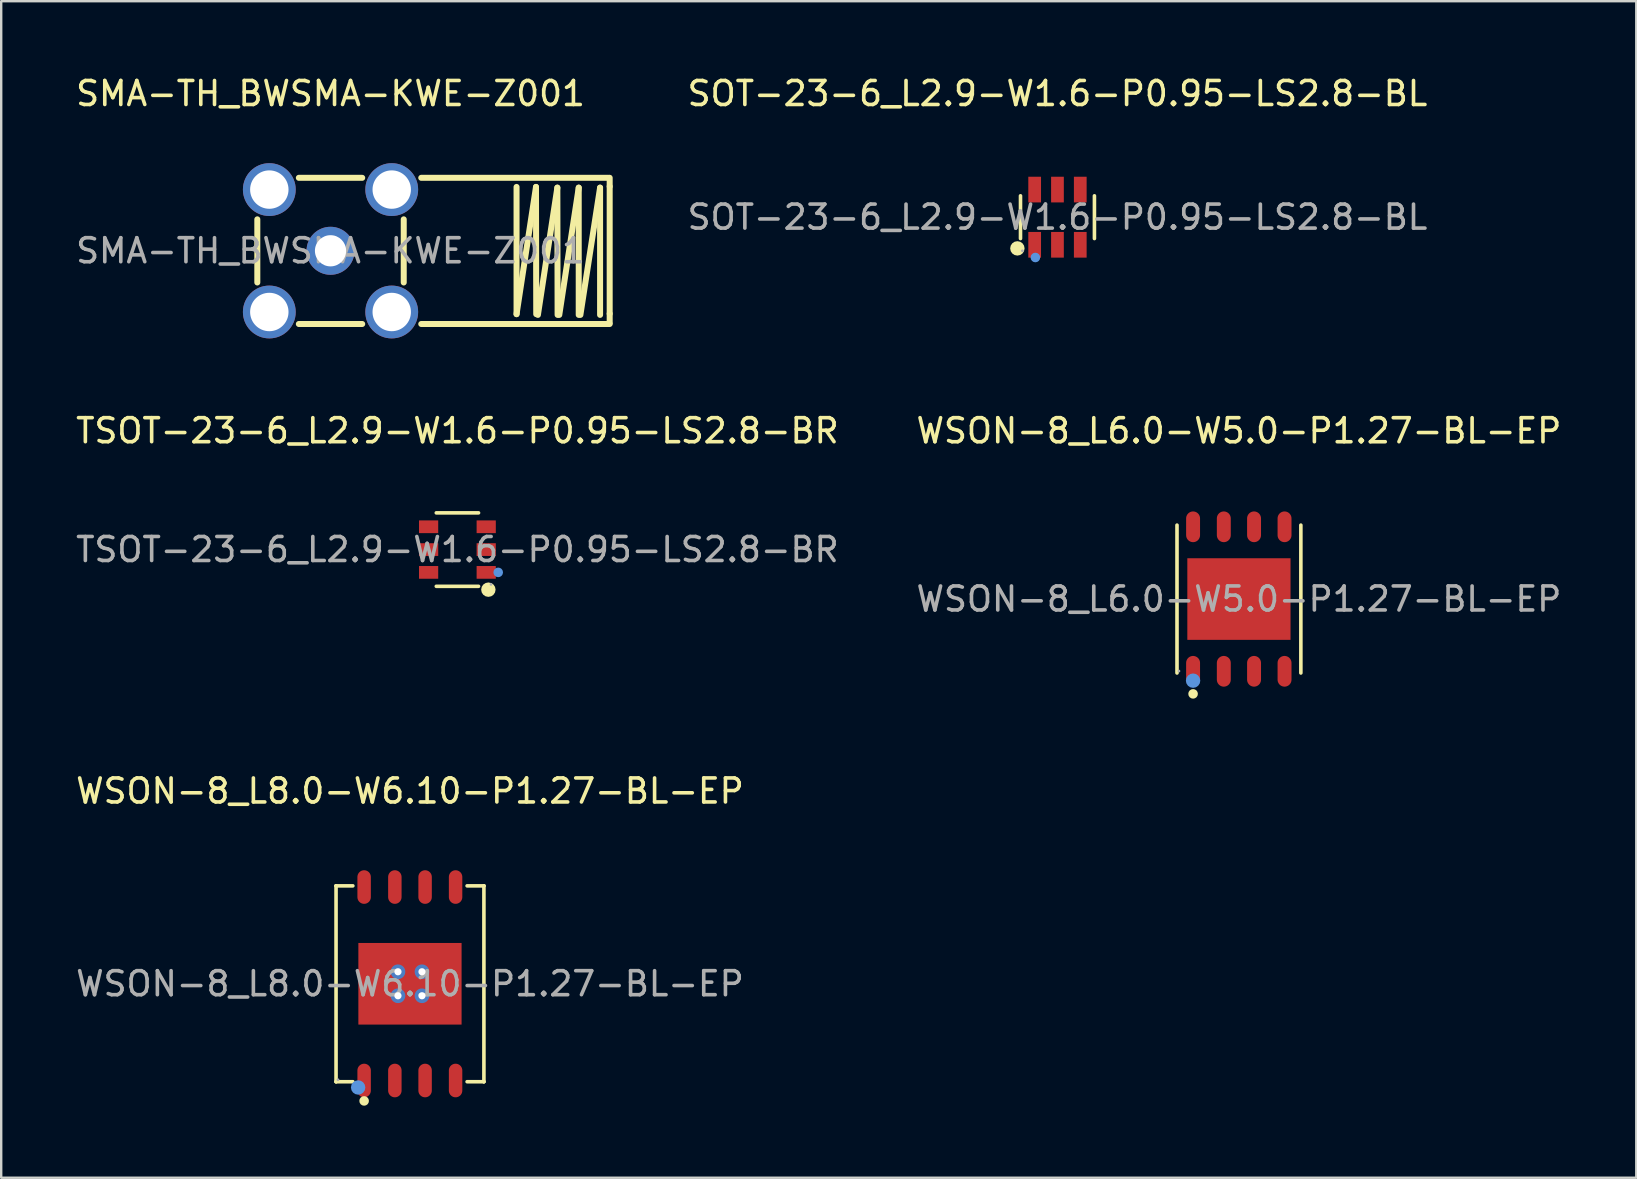
<source format=kicad_pcb>
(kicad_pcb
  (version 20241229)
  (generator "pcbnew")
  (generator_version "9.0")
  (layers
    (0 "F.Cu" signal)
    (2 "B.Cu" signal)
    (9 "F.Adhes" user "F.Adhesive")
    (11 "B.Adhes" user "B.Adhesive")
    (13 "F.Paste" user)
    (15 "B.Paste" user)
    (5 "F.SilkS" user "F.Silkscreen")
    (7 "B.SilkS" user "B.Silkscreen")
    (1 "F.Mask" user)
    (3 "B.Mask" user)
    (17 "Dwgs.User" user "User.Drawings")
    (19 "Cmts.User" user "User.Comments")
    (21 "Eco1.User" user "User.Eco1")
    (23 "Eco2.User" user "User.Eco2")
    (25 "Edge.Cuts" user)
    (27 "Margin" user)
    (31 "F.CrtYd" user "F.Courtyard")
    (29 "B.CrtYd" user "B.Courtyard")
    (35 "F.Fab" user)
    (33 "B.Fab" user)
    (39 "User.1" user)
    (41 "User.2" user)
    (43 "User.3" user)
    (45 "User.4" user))
  (footprint "SMA-TH_BWSMA-KWE-Z001"
    (layer "F.Cu")
    (at 10.72 7.398)
    (property "Reference" "SMA-TH_BWSMA-KWE-Z001" (at 0 -6.55 0) (layer "F.SilkS") (effects (font (size 1 1) (thickness 0.15))))
    (attr through_hole)
    (fp_line (start -3.05 -1.31) (end -3.05 1.32) (stroke (width 0.25) (type solid)) (layer "F.SilkS"))
    (fp_line (start -1.32 3.05) (end 1.32 3.05) (stroke (width 0.25) (type solid)) (layer "F.SilkS"))
    (fp_line (start 1.32 -3.04) (end -1.32 -3.04) (stroke (width 0.25) (type solid)) (layer "F.SilkS"))
    (fp_line (start 3.05 1.32) (end 3.05 -1.31) (stroke (width 0.25) (type solid)) (layer "F.SilkS"))
    (fp_line (start 3.78 -3.04) (end 11.6 -3.04) (stroke (width 0.25) (type solid)) (layer "F.SilkS"))
    (fp_line (start 3.78 3.05) (end 11.63 3.05) (stroke (width 0.25) (type solid)) (layer "F.SilkS"))
    (fp_line (start 7.75 -2.66) (end 7.75 2.64) (stroke (width 0.25) (type solid)) (layer "F.SilkS"))
    (fp_line (start 7.75 2.64) (end 8.56 -2.66) (stroke (width 0.25) (type solid)) (layer "F.SilkS"))
    (fp_line (start 8.56 -2.66) (end 8.57 2.64) (stroke (width 0.25) (type solid)) (layer "F.SilkS"))
    (fp_line (start 8.64 2.67) (end 9.45 -2.63) (stroke (width 0.25) (type solid)) (layer "F.SilkS"))
    (fp_line (start 9.45 -2.63) (end 9.46 2.67) (stroke (width 0.25) (type solid)) (layer "F.SilkS"))
    (fp_line (start 9.53 2.67) (end 10.34 -2.63) (stroke (width 0.25) (type solid)) (layer "F.SilkS"))
    (fp_line (start 10.34 -2.63) (end 10.34 2.67) (stroke (width 0.25) (type solid)) (layer "F.SilkS"))
    (fp_line (start 10.41 2.67) (end 11.23 -2.63) (stroke (width 0.25) (type solid)) (layer "F.SilkS"))
    (fp_line (start 11.23 -2.63) (end 11.23 2.67) (stroke (width 0.25) (type solid)) (layer "F.SilkS"))
    (fp_line (start 11.63 -2.68) (end 11.63 -3.04) (stroke (width 0.25) (type solid)) (layer "F.SilkS"))
    (fp_line (start 11.63 -2.68) (end 11.63 2.62) (stroke (width 0.25) (type solid)) (layer "F.SilkS"))
    (fp_line (start 11.63 2.62) (end 11.63 3) (stroke (width 0.25) (type solid)) (layer "F.SilkS"))
    (fp_circle (center -3 3.02) (end -2.97 3.02) (stroke (width 0.06) (type solid)) (fill no) (layer "F.Fab"))
    (fp_circle (center 0 0) (end 0.23 0) (stroke (width 0.45) (type solid)) (fill no) (layer "F.Fab"))
    (fp_text user "${REFERENCE}" (at 0 0 0) (layer "F.Fab") (effects (font (size 1 1) (thickness 0.15))))
    (pad "1" thru_hole circle (at -2.55 2.55) (size 2.2 2.2) (drill 1.6) (layers "*.Cu" "*.Mask"))
    (pad "2" thru_hole circle (at -2.55 -2.55) (size 2.2 2.2) (drill 1.6) (layers "*.Cu" "*.Mask"))
    (pad "3" thru_hole circle (at 2.55 -2.55) (size 2.2 2.2) (drill 1.6) (layers "*.Cu" "*.Mask"))
    (pad "4" thru_hole circle (at 2.55 2.55) (size 2.2 2.2) (drill 1.6) (layers "*.Cu" "*.Mask"))
    (pad "5" thru_hole circle (at 0 0) (size 2 2) (drill 1.3) (layers "*.Cu" "*.Mask")))
  (footprint "WSON-8_L6.0-W5.0-P1.27-BL-EP"
    (layer "F.Cu")
    (at 48.565 21.907)
    (property "Reference" "WSON-8_L6.0-W5.0-P1.27-BL-EP" (at 0 -7.01 0) (layer "F.SilkS") (effects (font (size 1 1) (thickness 0.15))))
    (attr smd)
    (fp_line (start -2.58 3.08) (end -2.58 -3.08) (stroke (width 0.15) (type solid)) (layer "F.SilkS"))
    (fp_line (start 2.58 -3.08) (end 2.58 3.08) (stroke (width 0.15) (type solid)) (layer "F.SilkS"))
    (fp_circle (center -1.91 3.95) (end -1.81 3.95) (stroke (width 0.2) (type solid)) (fill no) (layer "F.SilkS"))
    (fp_circle (center -1.91 3.4) (end -1.76 3.4) (stroke (width 0.3) (type solid)) (fill no) (layer "Cmts.User"))
    (fp_circle (center -2.5 3) (end -2.47 3) (stroke (width 0.06) (type solid)) (fill no) (layer "F.Fab"))
    (fp_text user "${REFERENCE}" (at 0 0 0) (layer "F.Fab") (effects (font (size 1 1) (thickness 0.15))))
    (pad "1" smd oval (at -1.91 3.01) (size 0.58 1.28) (layers "F.Cu" "F.Mask" "F.Paste"))
    (pad "2" smd oval (at -0.63 3.01) (size 0.58 1.28) (layers "F.Cu" "F.Mask" "F.Paste"))
    (pad "3" smd oval (at 0.63 3.01) (size 0.58 1.28) (layers "F.Cu" "F.Mask" "F.Paste"))
    (pad "4" smd oval (at 1.9 3.01) (size 0.58 1.28) (layers "F.Cu" "F.Mask" "F.Paste"))
    (pad "5" smd oval (at 1.9 -3.01) (size 0.58 1.28) (layers "F.Cu" "F.Mask" "F.Paste"))
    (pad "6" smd oval (at 0.63 -3.01) (size 0.58 1.28) (layers "F.Cu" "F.Mask" "F.Paste"))
    (pad "7" smd oval (at -0.63 -3.01) (size 0.58 1.28) (layers "F.Cu" "F.Mask" "F.Paste"))
    (pad "8" smd oval (at -1.91 -3.01) (size 0.58 1.28) (layers "F.Cu" "F.Mask" "F.Paste"))
    (pad "9" smd rect (at 0 0) (size 4.3 3.4) (layers "F.Cu" "F.Mask" "F.Paste")))
  (footprint "TSOT-23-6_L2.9-W1.6-P0.95-LS2.8-BR"
    (layer "F.Cu")
    (at 16.006 19.846)
    (property "Reference" "TSOT-23-6_L2.9-W1.6-P0.95-LS2.8-BR" (at 0 -4.95 0) (layer "F.SilkS") (effects (font (size 1 1) (thickness 0.15))))
    (attr smd)
    (fp_line (start 0.88 -1.53) (end -0.88 -1.53) (stroke (width 0.15) (type solid)) (layer "F.SilkS"))
    (fp_line (start 0.88 1.53) (end -0.88 1.53) (stroke (width 0.15) (type solid)) (layer "F.SilkS"))
    (fp_circle (center 1.29 1.67) (end 1.44 1.67) (stroke (width 0.3) (type solid)) (fill no) (layer "F.SilkS"))
    (fp_circle (center 1.7 0.95) (end 1.8 0.95) (stroke (width 0.2) (type solid)) (fill no) (layer "Cmts.User"))
    (fp_circle (center 1.4 1.45) (end 1.43 1.45) (stroke (width 0.06) (type solid)) (fill no) (layer "F.Fab"))
    (fp_text user "${REFERENCE}" (at 0 0 0) (layer "F.Fab") (effects (font (size 1 1) (thickness 0.15))))
    (pad "1" smd rect (at 1.2 0.95) (size 0.8 0.53) (layers "F.Cu" "F.Mask" "F.Paste"))
    (pad "2" smd rect (at 1.2 0) (size 0.8 0.53) (layers "F.Cu" "F.Mask" "F.Paste"))
    (pad "3" smd rect (at 1.2 -0.95) (size 0.8 0.53) (layers "F.Cu" "F.Mask" "F.Paste"))
    (pad "4" smd rect (at -1.2 -0.95) (size 0.8 0.53) (layers "F.Cu" "F.Mask" "F.Paste"))
    (pad "5" smd rect (at -1.2 0) (size 0.8 0.53) (layers "F.Cu" "F.Mask" "F.Paste"))
    (pad "6" smd rect (at -1.2 0.95) (size 0.8 0.53) (layers "F.Cu" "F.Mask" "F.Paste")))
  (footprint "WSON-8_L8.0-W6.10-P1.27-BL-EP"
    (layer "F.Cu")
    (at 14.03 37.935)
    (property "Reference" "WSON-8_L8.0-W6.10-P1.27-BL-EP" (at 0 -8.03 0) (layer "F.SilkS") (effects (font (size 1 1) (thickness 0.15))))
    (attr smd)
    (fp_line (start -3.08 -4.08) (end -3.08 -4.08) (stroke (width 0.15) (type solid)) (layer "F.SilkS"))
    (fp_line (start -3.08 -4.08) (end -2.38 -4.08) (stroke (width 0.15) (type solid)) (layer "F.SilkS"))
    (fp_line (start -3.08 4.08) (end -3.08 -4.08) (stroke (width 0.15) (type solid)) (layer "F.SilkS"))
    (fp_line (start -3.08 4.08) (end -3.08 4.08) (stroke (width 0.15) (type solid)) (layer "F.SilkS"))
    (fp_line (start -2.38 4.08) (end -3.08 4.08) (stroke (width 0.15) (type solid)) (layer "F.SilkS"))
    (fp_line (start 2.38 4.08) (end 3.08 4.08) (stroke (width 0.15) (type solid)) (layer "F.SilkS"))
    (fp_line (start 3.08 -4.08) (end 2.38 -4.08) (stroke (width 0.15) (type solid)) (layer "F.SilkS"))
    (fp_line (start 3.08 -4.08) (end 3.08 -4.08) (stroke (width 0.15) (type solid)) (layer "F.SilkS"))
    (fp_line (start 3.08 4.08) (end 3.08 -4.08) (stroke (width 0.15) (type solid)) (layer "F.SilkS"))
    (fp_line (start 3.08 4.08) (end 3.08 4.08) (stroke (width 0.15) (type solid)) (layer "F.SilkS"))
    (fp_circle (center -1.91 4.88) (end -1.81 4.88) (stroke (width 0.2) (type solid)) (fill no) (layer "F.SilkS"))
    (fp_circle (center -2.16 4.32) (end -2.01 4.32) (stroke (width 0.3) (type solid)) (fill no) (layer "Cmts.User"))
    (fp_circle (center -3 4) (end -2.97 4) (stroke (width 0.06) (type solid)) (fill no) (layer "F.Fab"))
    (fp_text user "${REFERENCE}" (at 0 0 0) (layer "F.Fab") (effects (font (size 1 1) (thickness 0.15))))
    (pad "" thru_hole circle (at -0.5 -0.5) (size 0.61 0.61) (drill 0.3) (layers "*.Cu" "*.Paste" "*.Mask"))
    (pad "" thru_hole circle (at -0.5 0.5) (size 0.61 0.61) (drill 0.3) (layers "*.Cu" "*.Paste" "*.Mask"))
    (pad "" thru_hole circle (at 0.5 -0.5) (size 0.61 0.61) (drill 0.3) (layers "*.Cu" "*.Paste" "*.Mask"))
    (pad "" thru_hole circle (at 0.5 0.5) (size 0.61 0.61) (drill 0.3) (layers "*.Cu" "*.Paste" "*.Mask"))
    (pad "1" smd oval (at -1.91 4.03) (size 0.56 1.4) (layers "F.Cu" "F.Mask" "F.Paste"))
    (pad "2" smd oval (at -0.63 4.03) (size 0.56 1.4) (layers "F.Cu" "F.Mask" "F.Paste"))
    (pad "3" smd oval (at 0.63 4.03) (size 0.56 1.4) (layers "F.Cu" "F.Mask" "F.Paste"))
    (pad "4" smd oval (at 1.9 4.03) (size 0.56 1.4) (layers "F.Cu" "F.Mask" "F.Paste"))
    (pad "5" smd oval (at 1.9 -4.03) (size 0.56 1.4) (layers "F.Cu" "F.Mask" "F.Paste"))
    (pad "6" smd oval (at 0.63 -4.03) (size 0.56 1.4) (layers "F.Cu" "F.Mask" "F.Paste"))
    (pad "7" smd oval (at -0.63 -4.03) (size 0.56 1.4) (layers "F.Cu" "F.Mask" "F.Paste"))
    (pad "8" smd oval (at -1.91 -4.03) (size 0.56 1.4) (layers "F.Cu" "F.Mask" "F.Paste"))
    (pad "9" smd rect (at 0 0) (size 4.3 3.4) (layers "F.Cu" "F.Mask" "F.Paste")))
  (footprint "SOT-23-6_L2.9-W1.6-P0.95-LS2.8-BL"
    (layer "F.Cu")
    (at 41.005 5.998)
    (property "Reference" "SOT-23-6_L2.9-W1.6-P0.95-LS2.8-BL" (at 0 -5.15 0) (layer "F.SilkS") (effects (font (size 1 1) (thickness 0.15))))
    (attr smd)
    (fp_line (start -1.54 0.89) (end -1.54 -0.89) (stroke (width 0.15) (type solid)) (layer "F.SilkS"))
    (fp_line (start 1.54 0.89) (end 1.54 -0.89) (stroke (width 0.15) (type solid)) (layer "F.SilkS"))
    (fp_circle (center -1.67 1.3) (end -1.52 1.3) (stroke (width 0.3) (type solid)) (fill no) (layer "F.SilkS"))
    (fp_circle (center -0.92 1.68) (end -0.82 1.68) (stroke (width 0.2) (type solid)) (fill no) (layer "Cmts.User"))
    (fp_circle (center -1.46 1.4) (end -1.43 1.4) (stroke (width 0.06) (type solid)) (fill no) (layer "F.Fab"))
    (fp_text user "${REFERENCE}" (at 0 0 0) (layer "F.Fab") (effects (font (size 1 1) (thickness 0.15))))
    (pad "1" smd rect (at -0.95 1.15) (size 0.53 1.07) (layers "F.Cu" "F.Mask" "F.Paste"))
    (pad "2" smd rect (at 0 1.15) (size 0.53 1.07) (layers "F.Cu" "F.Mask" "F.Paste"))
    (pad "3" smd rect (at 0.95 1.15) (size 0.53 1.07) (layers "F.Cu" "F.Mask" "F.Paste"))
    (pad "4" smd rect (at 0.95 -1.15) (size 0.53 1.07) (layers "F.Cu" "F.Mask" "F.Paste"))
    (pad "5" smd rect (at 0 -1.15) (size 0.53 1.07) (layers "F.Cu" "F.Mask" "F.Paste"))
    (pad "6" smd rect (at -0.95 -1.15) (size 0.53 1.07) (layers "F.Cu" "F.Mask" "F.Paste")))
  (gr_rect
    (start -3 -3)
    (end 65.119 46.015)
    (stroke (width 0.1) (type default))
    (fill no)
    (layer "Edge.Cuts")))
</source>
